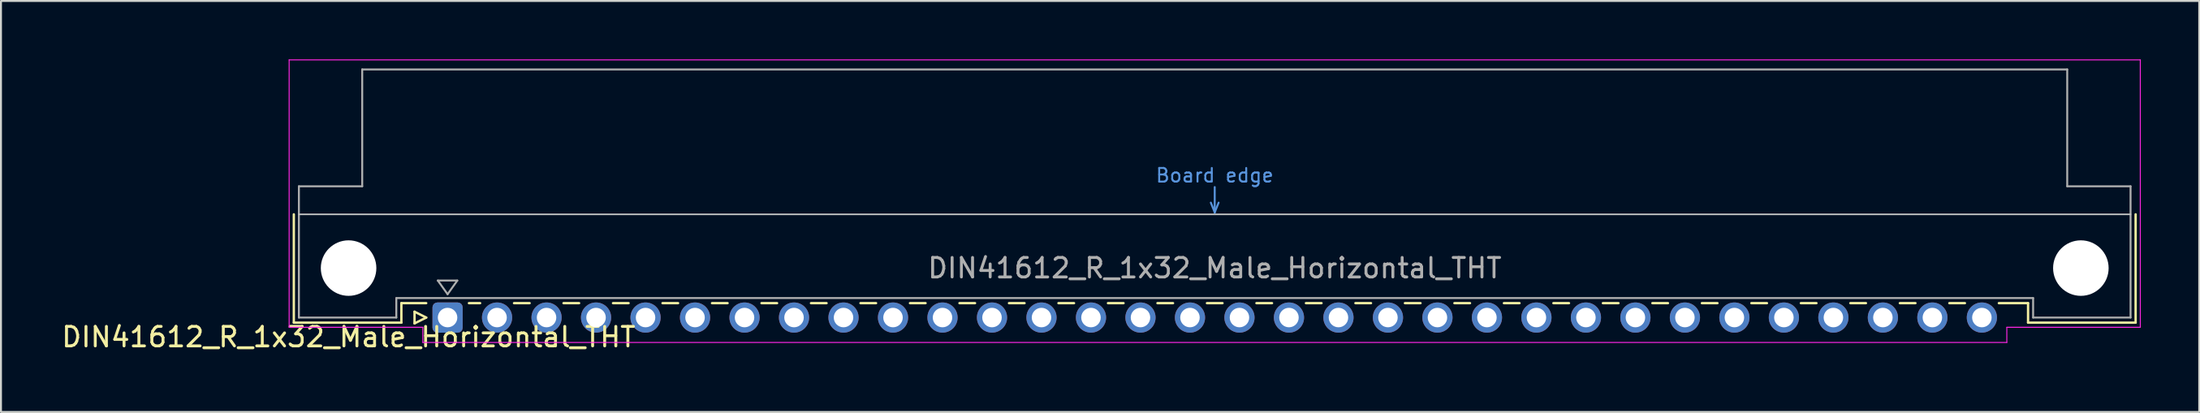
<source format=kicad_pcb>
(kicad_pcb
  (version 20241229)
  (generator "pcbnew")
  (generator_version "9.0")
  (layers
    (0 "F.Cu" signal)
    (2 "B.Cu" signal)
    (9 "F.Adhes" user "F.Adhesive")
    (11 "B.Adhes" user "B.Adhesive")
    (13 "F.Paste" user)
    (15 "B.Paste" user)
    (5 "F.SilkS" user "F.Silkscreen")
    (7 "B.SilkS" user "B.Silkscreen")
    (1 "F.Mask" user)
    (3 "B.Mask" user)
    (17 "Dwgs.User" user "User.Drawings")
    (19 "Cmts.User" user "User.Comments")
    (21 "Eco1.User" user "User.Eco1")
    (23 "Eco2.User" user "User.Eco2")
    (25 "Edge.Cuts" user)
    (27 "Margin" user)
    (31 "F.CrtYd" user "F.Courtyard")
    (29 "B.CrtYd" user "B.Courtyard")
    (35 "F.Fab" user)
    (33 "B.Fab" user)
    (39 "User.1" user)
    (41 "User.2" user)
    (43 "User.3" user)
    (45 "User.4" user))
  (footprint "DIN41612_R_1x32_Male_Horizontal_THT"
    (layer "F.Cu")
    (at 19.919 13.255)
    (property "Reference" "DIN41612_R_1x32_Male_Horizontal_THT" (at -5.08 1 0) (layer "F.SilkS") (effects (font (size 1 1) (thickness 0.15))))
    (attr through_hole)
    (fp_line (start -7.89 -5.3) (end -7.89 0.26) (stroke (width 0.12) (type solid)) (layer "F.SilkS"))
    (fp_line (start -7.89 0.26) (end -2.37 0.26) (stroke (width 0.12) (type solid)) (layer "F.SilkS"))
    (fp_line (start -2.371 -0.74) (end -1.095 -0.74) (stroke (width 0.12) (type solid)) (layer "F.SilkS"))
    (fp_line (start -2.37 0.26) (end -2.37 -0.74) (stroke (width 0.12) (type solid)) (layer "F.SilkS"))
    (fp_line (start -1.695 -0.3) (end -1.695 0.3) (stroke (width 0.12) (type solid)) (layer "F.SilkS"))
    (fp_line (start -1.695 0.3) (end -1.095 0) (stroke (width 0.12) (type solid)) (layer "F.SilkS"))
    (fp_line (start -1.095 0) (end -1.695 -0.3) (stroke (width 0.12) (type solid)) (layer "F.SilkS"))
    (fp_line (start 1.095 -0.74) (end 1.671 -0.74) (stroke (width 0.12) (type solid)) (layer "F.SilkS"))
    (fp_line (start 3.41 -0.74) (end 4.211 -0.74) (stroke (width 0.12) (type solid)) (layer "F.SilkS"))
    (fp_line (start 5.95 -0.74) (end 6.751 -0.74) (stroke (width 0.12) (type solid)) (layer "F.SilkS"))
    (fp_line (start 8.49 -0.74) (end 9.291 -0.74) (stroke (width 0.12) (type solid)) (layer "F.SilkS"))
    (fp_line (start 11.03 -0.74) (end 11.831 -0.74) (stroke (width 0.12) (type solid)) (layer "F.SilkS"))
    (fp_line (start 13.57 -0.74) (end 14.371 -0.74) (stroke (width 0.12) (type solid)) (layer "F.SilkS"))
    (fp_line (start 16.11 -0.74) (end 16.911 -0.74) (stroke (width 0.12) (type solid)) (layer "F.SilkS"))
    (fp_line (start 18.65 -0.74) (end 19.451 -0.74) (stroke (width 0.12) (type solid)) (layer "F.SilkS"))
    (fp_line (start 21.19 -0.74) (end 21.991 -0.74) (stroke (width 0.12) (type solid)) (layer "F.SilkS"))
    (fp_line (start 23.73 -0.74) (end 24.531 -0.74) (stroke (width 0.12) (type solid)) (layer "F.SilkS"))
    (fp_line (start 26.27 -0.74) (end 27.071 -0.74) (stroke (width 0.12) (type solid)) (layer "F.SilkS"))
    (fp_line (start 28.81 -0.74) (end 29.611 -0.74) (stroke (width 0.12) (type solid)) (layer "F.SilkS"))
    (fp_line (start 31.35 -0.74) (end 32.151 -0.74) (stroke (width 0.12) (type solid)) (layer "F.SilkS"))
    (fp_line (start 33.89 -0.74) (end 34.691 -0.74) (stroke (width 0.12) (type solid)) (layer "F.SilkS"))
    (fp_line (start 36.43 -0.74) (end 37.231 -0.74) (stroke (width 0.12) (type solid)) (layer "F.SilkS"))
    (fp_line (start 38.97 -0.74) (end 39.771 -0.74) (stroke (width 0.12) (type solid)) (layer "F.SilkS"))
    (fp_line (start 41.51 -0.74) (end 42.311 -0.74) (stroke (width 0.12) (type solid)) (layer "F.SilkS"))
    (fp_line (start 44.05 -0.74) (end 44.851 -0.74) (stroke (width 0.12) (type solid)) (layer "F.SilkS"))
    (fp_line (start 46.59 -0.74) (end 47.391 -0.74) (stroke (width 0.12) (type solid)) (layer "F.SilkS"))
    (fp_line (start 49.13 -0.74) (end 49.931 -0.74) (stroke (width 0.12) (type solid)) (layer "F.SilkS"))
    (fp_line (start 51.67 -0.74) (end 52.471 -0.74) (stroke (width 0.12) (type solid)) (layer "F.SilkS"))
    (fp_line (start 54.21 -0.74) (end 55.011 -0.74) (stroke (width 0.12) (type solid)) (layer "F.SilkS"))
    (fp_line (start 56.75 -0.74) (end 57.551 -0.74) (stroke (width 0.12) (type solid)) (layer "F.SilkS"))
    (fp_line (start 59.29 -0.74) (end 60.091 -0.74) (stroke (width 0.12) (type solid)) (layer "F.SilkS"))
    (fp_line (start 61.83 -0.74) (end 62.631 -0.74) (stroke (width 0.12) (type solid)) (layer "F.SilkS"))
    (fp_line (start 64.37 -0.74) (end 65.171 -0.74) (stroke (width 0.12) (type solid)) (layer "F.SilkS"))
    (fp_line (start 66.91 -0.74) (end 67.711 -0.74) (stroke (width 0.12) (type solid)) (layer "F.SilkS"))
    (fp_line (start 69.45 -0.74) (end 70.251 -0.74) (stroke (width 0.12) (type solid)) (layer "F.SilkS"))
    (fp_line (start 71.99 -0.74) (end 72.791 -0.74) (stroke (width 0.12) (type solid)) (layer "F.SilkS"))
    (fp_line (start 74.53 -0.74) (end 75.331 -0.74) (stroke (width 0.12) (type solid)) (layer "F.SilkS"))
    (fp_line (start 77.07 -0.74) (end 77.871 -0.74) (stroke (width 0.12) (type solid)) (layer "F.SilkS"))
    (fp_line (start 79.61 -0.74) (end 81.11 -0.74) (stroke (width 0.12) (type solid)) (layer "F.SilkS"))
    (fp_line (start 81.11 0.26) (end 81.11 -0.74) (stroke (width 0.12) (type solid)) (layer "F.SilkS"))
    (fp_line (start 86.63 -5.3) (end 86.63 0.26) (stroke (width 0.12) (type solid)) (layer "F.SilkS"))
    (fp_line (start 86.63 0.26) (end 81.11 0.26) (stroke (width 0.12) (type solid)) (layer "F.SilkS"))
    (fp_line (start -7.63 -5.3) (end 86.37 -5.3) (stroke (width 0.08) (type solid)) (layer "Dwgs.User"))
    (fp_line (start 39.17 -5.9) (end 39.37 -5.4) (stroke (width 0.1) (type solid)) (layer "Cmts.User"))
    (fp_line (start 39.37 -5.4) (end 39.37 -6.7) (stroke (width 0.1) (type solid)) (layer "Cmts.User"))
    (fp_line (start 39.37 -5.4) (end 39.57 -5.9) (stroke (width 0.1) (type solid)) (layer "Cmts.User"))
    (fp_line (start -8.13 -13.23) (end -8.13 0.5) (stroke (width 0.05) (type solid)) (layer "F.CrtYd"))
    (fp_line (start -8.13 0.5) (end -1.27 0.5) (stroke (width 0.05) (type solid)) (layer "F.CrtYd"))
    (fp_line (start -1.27 0.5) (end -1.27 1.28) (stroke (width 0.05) (type solid)) (layer "F.CrtYd"))
    (fp_line (start -1.27 1.28) (end 80.02 1.28) (stroke (width 0.05) (type solid)) (layer "F.CrtYd"))
    (fp_line (start 80.02 0.5) (end 86.87 0.5) (stroke (width 0.05) (type solid)) (layer "F.CrtYd"))
    (fp_line (start 80.02 1.28) (end 80.02 0.5) (stroke (width 0.05) (type solid)) (layer "F.CrtYd"))
    (fp_line (start 86.87 -13.23) (end -8.13 -13.23) (stroke (width 0.05) (type solid)) (layer "F.CrtYd"))
    (fp_line (start 86.87 0.5) (end 86.87 -13.23) (stroke (width 0.05) (type solid)) (layer "F.CrtYd"))
    (fp_line (start -7.63 -6.74) (end -7.63 0) (stroke (width 0.1) (type solid)) (layer "F.Fab"))
    (fp_line (start -7.63 0) (end -2.63 0) (stroke (width 0.1) (type solid)) (layer "F.Fab"))
    (fp_line (start -4.38 -12.74) (end -4.38 -6.74) (stroke (width 0.1) (type solid)) (layer "F.Fab"))
    (fp_line (start -4.38 -6.74) (end -7.63 -6.74) (stroke (width 0.1) (type solid)) (layer "F.Fab"))
    (fp_line (start -2.63 -1) (end 81.37 -1) (stroke (width 0.1) (type solid)) (layer "F.Fab"))
    (fp_line (start -2.63 0) (end -2.63 -1) (stroke (width 0.1) (type solid)) (layer "F.Fab"))
    (fp_line (start -0.5 -1.9) (end 0.5 -1.9) (stroke (width 0.1) (type solid)) (layer "F.Fab"))
    (fp_line (start 0 -1.2) (end -0.5 -1.9) (stroke (width 0.1) (type solid)) (layer "F.Fab"))
    (fp_line (start 0.5 -1.9) (end 0 -1.2) (stroke (width 0.1) (type solid)) (layer "F.Fab"))
    (fp_line (start 81.37 -1) (end 81.37 0) (stroke (width 0.1) (type solid)) (layer "F.Fab"))
    (fp_line (start 81.37 0) (end 86.37 0) (stroke (width 0.1) (type solid)) (layer "F.Fab"))
    (fp_line (start 83.12 -12.74) (end -4.38 -12.74) (stroke (width 0.1) (type solid)) (layer "F.Fab"))
    (fp_line (start 83.12 -6.74) (end 83.12 -12.74) (stroke (width 0.1) (type solid)) (layer "F.Fab"))
    (fp_line (start 86.37 -6.74) (end 83.12 -6.74) (stroke (width 0.1) (type solid)) (layer "F.Fab"))
    (fp_line (start 86.37 0) (end 86.37 -6.74) (stroke (width 0.1) (type solid)) (layer "F.Fab"))
    (fp_text user "Board edge" (at 39.37 -7.3 0) (layer "Cmts.User") (effects (font (size 0.7 0.7) (thickness 0.1))))
    (fp_text user "${REFERENCE}" (at 39.37 -2.54 0) (layer "F.Fab") (effects (font (size 1 1) (thickness 0.15))))
    (pad "" np_thru_hole circle (at -5.08 -2.54) (size 2.85 2.85) (drill 2.85) (layers "*.Cu" "*.Mask"))
    (pad "" np_thru_hole circle (at 83.82 -2.54) (size 2.85 2.85) (drill 2.85) (layers "*.Cu" "*.Mask"))
    (pad "a1" thru_hole roundrect (at 0 0) (size 1.55 1.55) (drill 1) (layers "*.Cu" "*.Mask") (roundrect_rratio 0.161))
    (pad "a2" thru_hole circle (at 2.54 0) (size 1.55 1.55) (drill 1) (layers "*.Cu" "*.Mask"))
    (pad "a3" thru_hole circle (at 5.08 0) (size 1.55 1.55) (drill 1) (layers "*.Cu" "*.Mask"))
    (pad "a4" thru_hole circle (at 7.62 0) (size 1.55 1.55) (drill 1) (layers "*.Cu" "*.Mask"))
    (pad "a5" thru_hole circle (at 10.16 0) (size 1.55 1.55) (drill 1) (layers "*.Cu" "*.Mask"))
    (pad "a6" thru_hole circle (at 12.7 0) (size 1.55 1.55) (drill 1) (layers "*.Cu" "*.Mask"))
    (pad "a7" thru_hole circle (at 15.24 0) (size 1.55 1.55) (drill 1) (layers "*.Cu" "*.Mask"))
    (pad "a8" thru_hole circle (at 17.78 0) (size 1.55 1.55) (drill 1) (layers "*.Cu" "*.Mask"))
    (pad "a9" thru_hole circle (at 20.32 0) (size 1.55 1.55) (drill 1) (layers "*.Cu" "*.Mask"))
    (pad "a10" thru_hole circle (at 22.86 0) (size 1.55 1.55) (drill 1) (layers "*.Cu" "*.Mask"))
    (pad "a11" thru_hole circle (at 25.4 0) (size 1.55 1.55) (drill 1) (layers "*.Cu" "*.Mask"))
    (pad "a12" thru_hole circle (at 27.94 0) (size 1.55 1.55) (drill 1) (layers "*.Cu" "*.Mask"))
    (pad "a13" thru_hole circle (at 30.48 0) (size 1.55 1.55) (drill 1) (layers "*.Cu" "*.Mask"))
    (pad "a14" thru_hole circle (at 33.02 0) (size 1.55 1.55) (drill 1) (layers "*.Cu" "*.Mask"))
    (pad "a15" thru_hole circle (at 35.56 0) (size 1.55 1.55) (drill 1) (layers "*.Cu" "*.Mask"))
    (pad "a16" thru_hole circle (at 38.1 0) (size 1.55 1.55) (drill 1) (layers "*.Cu" "*.Mask"))
    (pad "a17" thru_hole circle (at 40.64 0) (size 1.55 1.55) (drill 1) (layers "*.Cu" "*.Mask"))
    (pad "a18" thru_hole circle (at 43.18 0) (size 1.55 1.55) (drill 1) (layers "*.Cu" "*.Mask"))
    (pad "a19" thru_hole circle (at 45.72 0) (size 1.55 1.55) (drill 1) (layers "*.Cu" "*.Mask"))
    (pad "a20" thru_hole circle (at 48.26 0) (size 1.55 1.55) (drill 1) (layers "*.Cu" "*.Mask"))
    (pad "a21" thru_hole circle (at 50.8 0) (size 1.55 1.55) (drill 1) (layers "*.Cu" "*.Mask"))
    (pad "a22" thru_hole circle (at 53.34 0) (size 1.55 1.55) (drill 1) (layers "*.Cu" "*.Mask"))
    (pad "a23" thru_hole circle (at 55.88 0) (size 1.55 1.55) (drill 1) (layers "*.Cu" "*.Mask"))
    (pad "a24" thru_hole circle (at 58.42 0) (size 1.55 1.55) (drill 1) (layers "*.Cu" "*.Mask"))
    (pad "a25" thru_hole circle (at 60.96 0) (size 1.55 1.55) (drill 1) (layers "*.Cu" "*.Mask"))
    (pad "a26" thru_hole circle (at 63.5 0) (size 1.55 1.55) (drill 1) (layers "*.Cu" "*.Mask"))
    (pad "a27" thru_hole circle (at 66.04 0) (size 1.55 1.55) (drill 1) (layers "*.Cu" "*.Mask"))
    (pad "a28" thru_hole circle (at 68.58 0) (size 1.55 1.55) (drill 1) (layers "*.Cu" "*.Mask"))
    (pad "a29" thru_hole circle (at 71.12 0) (size 1.55 1.55) (drill 1) (layers "*.Cu" "*.Mask"))
    (pad "a30" thru_hole circle (at 73.66 0) (size 1.55 1.55) (drill 1) (layers "*.Cu" "*.Mask"))
    (pad "a31" thru_hole circle (at 76.2 0) (size 1.55 1.55) (drill 1) (layers "*.Cu" "*.Mask"))
    (pad "a32" thru_hole circle (at 78.74 0) (size 1.55 1.55) (drill 1) (layers "*.Cu" "*.Mask")))
  (gr_rect
    (start -3 -3)
    (end 109.814 18.103)
    (stroke (width 0.1) (type default))
    (fill no)
    (layer "Edge.Cuts")))
</source>
